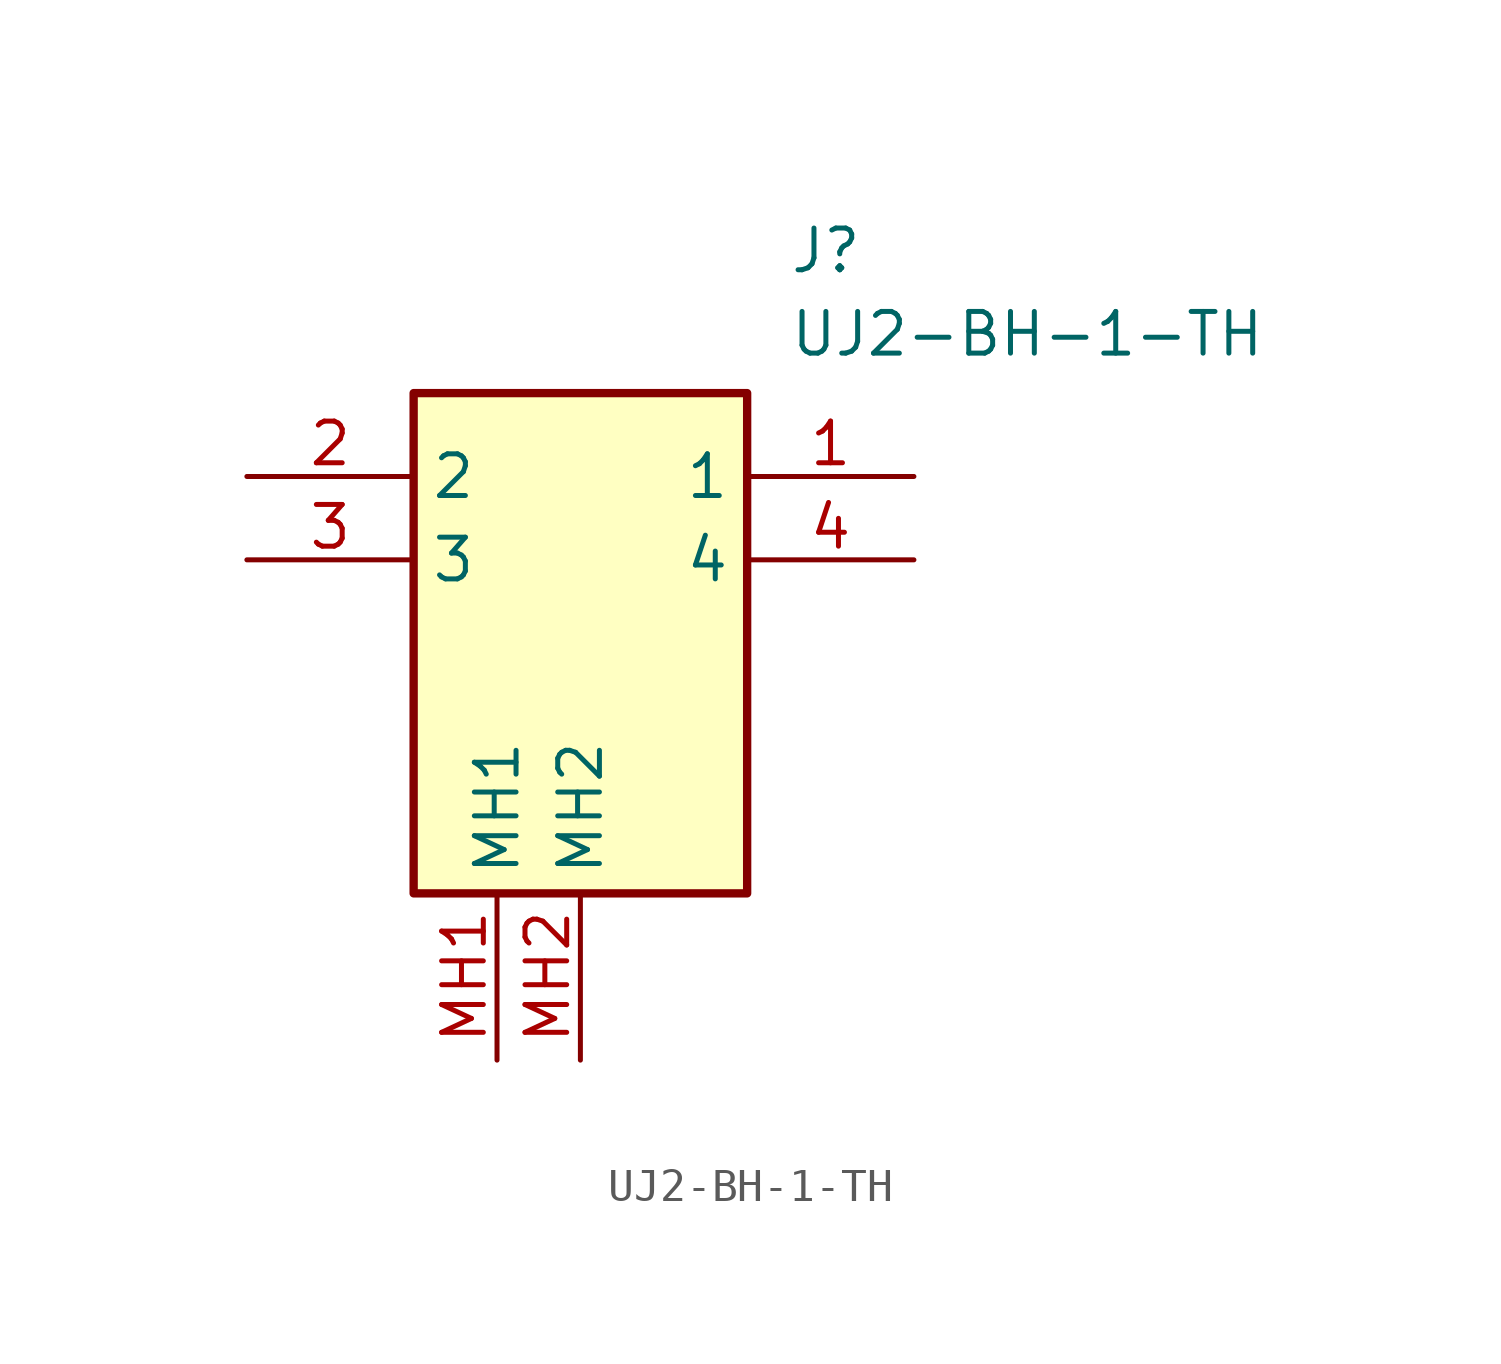
<source format=kicad_sym>
(kicad_symbol_lib
  (version 20211014)
  (generator SamacSys_ECAD_Model)
  (symbol "UJ2-BH-1-TH"
    (property "Reference" "J"
      (at 16.51 7.62 0)
      (effects (font (size 1.27 1.27)) (justify left top)))
    (property "Value" "UJ2-BH-1-TH"
      (at 16.51 5.08 0)
      (effects (font (size 1.27 1.27)) (justify left top)))
    (rectangle
      (start 5.08 2.54)
      (end 15.24 -12.7)
      (stroke (width 0.254) (type default))
      (fill (type background)))
    (pin passive line
      (at 20.32 0 180)
      (length 5.08)
      (name "1" (effects (font (size 1.27 1.27))))
      (number "1" (effects (font (size 1.27 1.27)))))
    (pin passive line
      (at 0 0 0)
      (length 5.08)
      (name "2" (effects (font (size 1.27 1.27))))
      (number "2" (effects (font (size 1.27 1.27)))))
    (pin passive line
      (at 0 -2.54 0)
      (length 5.08)
      (name "3" (effects (font (size 1.27 1.27))))
      (number "3" (effects (font (size 1.27 1.27)))))
    (pin passive line
      (at 20.32 -2.54 180)
      (length 5.08)
      (name "4" (effects (font (size 1.27 1.27))))
      (number "4" (effects (font (size 1.27 1.27)))))
    (pin passive line
      (at 7.62 -17.78 90)
      (length 5.08)
      (name "MH1" (effects (font (size 1.27 1.27))))
      (number "MH1" (effects (font (size 1.27 1.27)))))
    (pin passive line
      (at 10.16 -17.78 90)
      (length 5.08)
      (name "MH2" (effects (font (size 1.27 1.27))))
      (number "MH2" (effects (font (size 1.27 1.27)))))))
</source>
